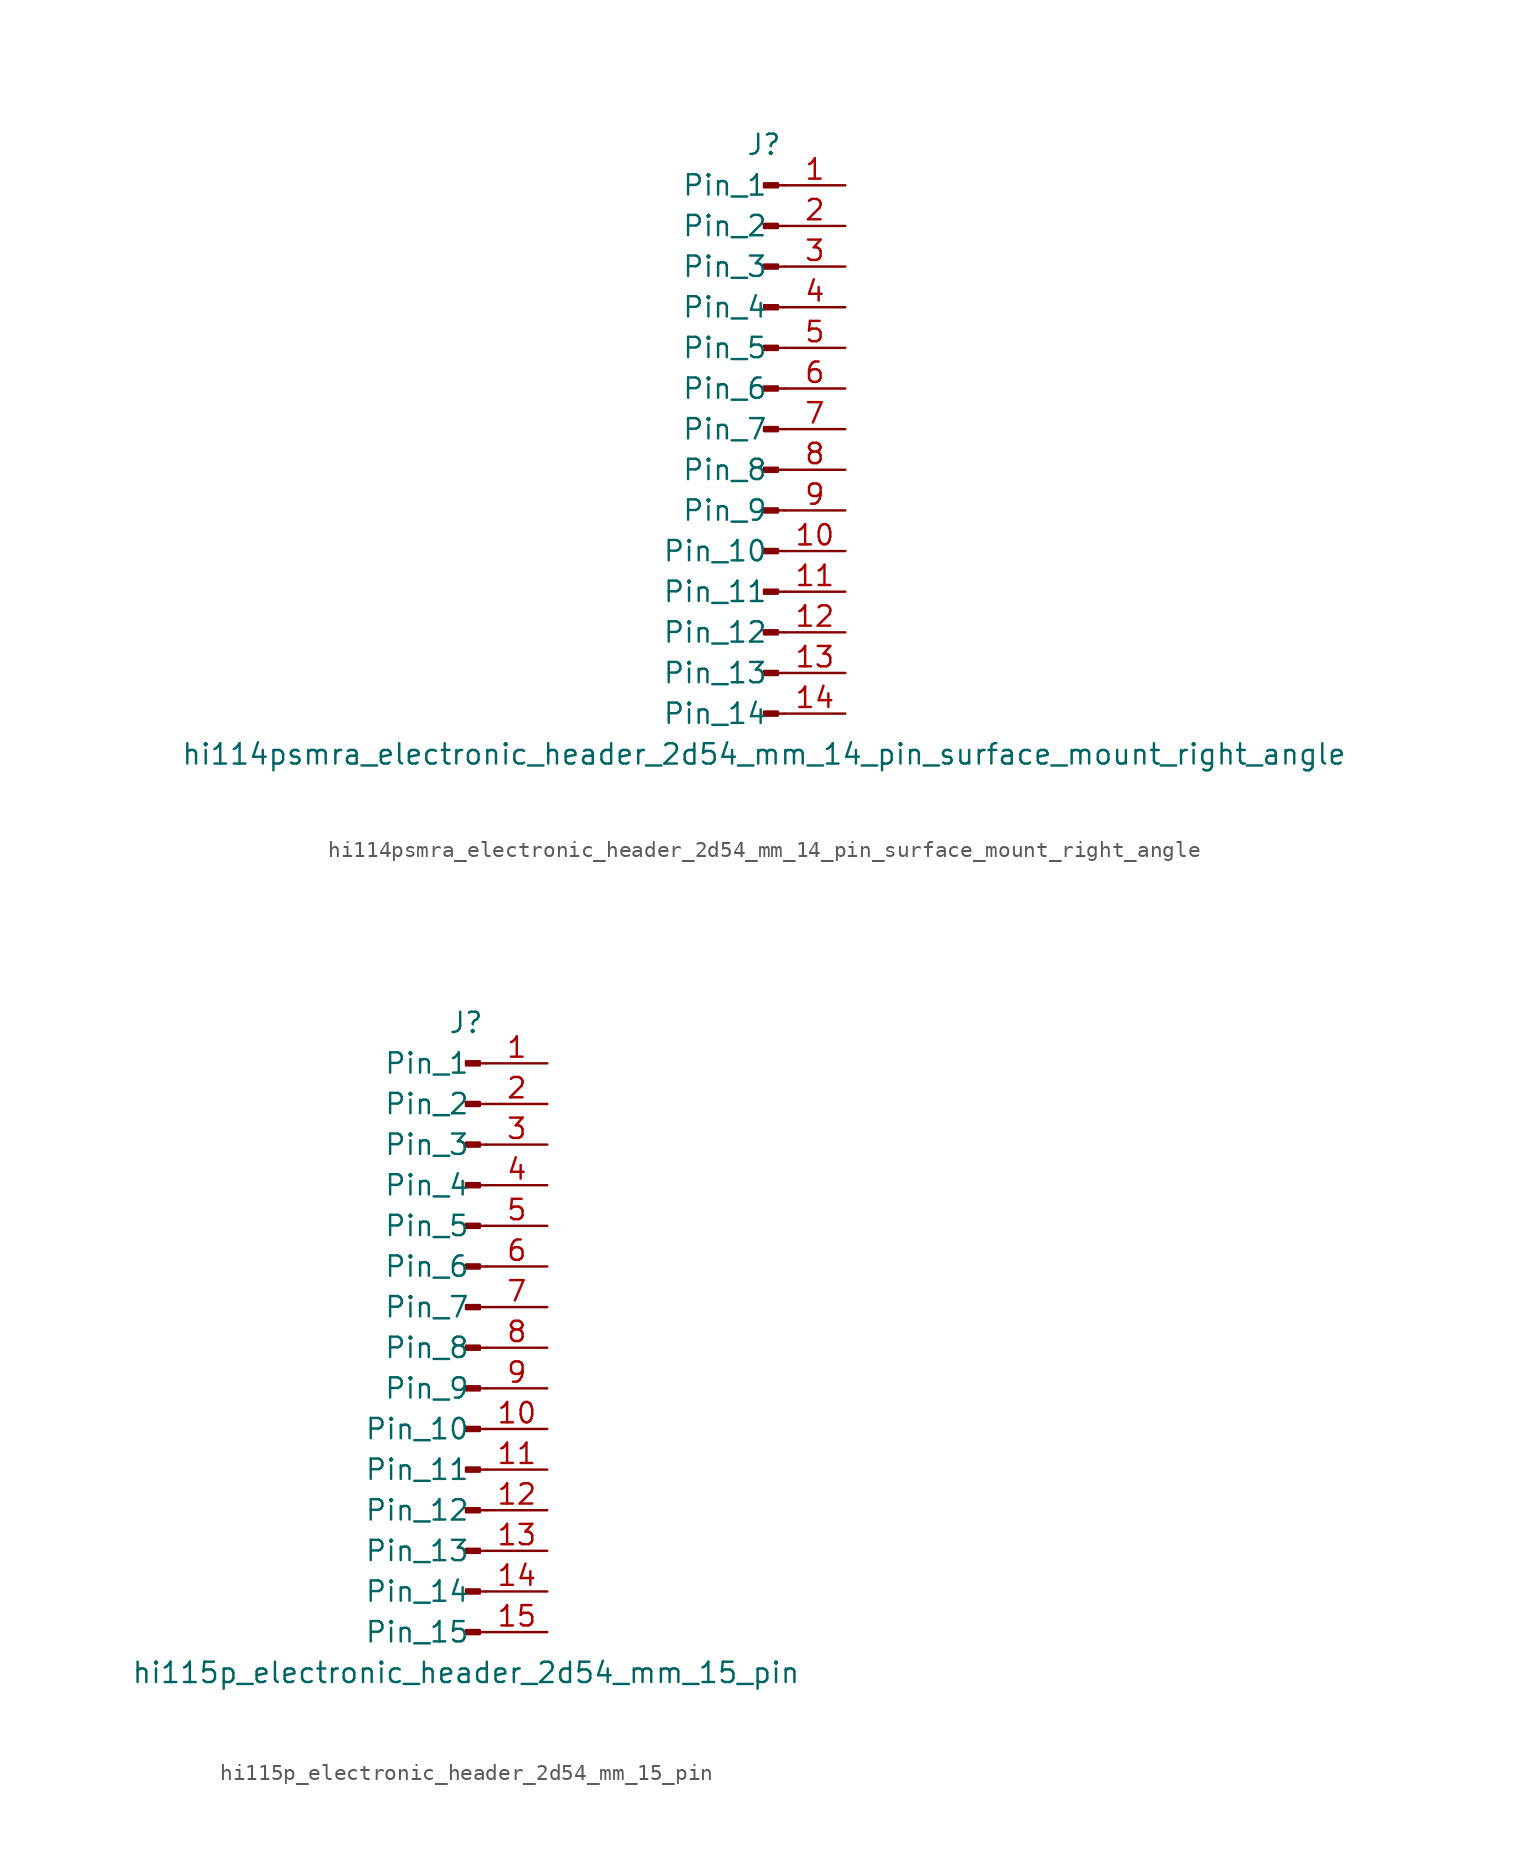
<source format=kicad_sym>
(kicad_symbol_lib
  (version 20220914)
  (generator kicad_symbol_editor)
  (symbol "hi114psmra_electronic_header_2d54_mm_14_pin_surface_mount_right_angle"
    (pin_names
      (offset 1.016))
    (property "Reference" "J"
      (at 0 17.78 0)
      (effects (font (size 1.27 1.27))))
    (property "Value" "hi114psmra_electronic_header_2d54_mm_14_pin_surface_mount_right_angle"
      (at 0 -20.32 0)
      (effects (font (size 1.27 1.27))))
    (property "ki_locked" ""
      (at 0 0 0)
      (effects (font (size 1.27 1.27))))
    (symbol "hi114psmra_electronic_header_2d54_mm_14_pin_surface_mount_right_angle_1_1"
      (polyline (pts (xy 1.27 -17.78) (xy 0.864 -17.78)) (stroke (width 0.152) (type default)) (fill (type none)))
      (polyline (pts (xy 1.27 -15.24) (xy 0.864 -15.24)) (stroke (width 0.152) (type default)) (fill (type none)))
      (polyline (pts (xy 1.27 -12.7) (xy 0.864 -12.7)) (stroke (width 0.152) (type default)) (fill (type none)))
      (polyline (pts (xy 1.27 -10.16) (xy 0.864 -10.16)) (stroke (width 0.152) (type default)) (fill (type none)))
      (polyline (pts (xy 1.27 -7.62) (xy 0.864 -7.62)) (stroke (width 0.152) (type default)) (fill (type none)))
      (polyline (pts (xy 1.27 -5.08) (xy 0.864 -5.08)) (stroke (width 0.152) (type default)) (fill (type none)))
      (polyline (pts (xy 1.27 -2.54) (xy 0.864 -2.54)) (stroke (width 0.152) (type default)) (fill (type none)))
      (polyline (pts (xy 1.27 0) (xy 0.864 0)) (stroke (width 0.152) (type default)) (fill (type none)))
      (polyline (pts (xy 1.27 2.54) (xy 0.864 2.54)) (stroke (width 0.152) (type default)) (fill (type none)))
      (polyline (pts (xy 1.27 5.08) (xy 0.864 5.08)) (stroke (width 0.152) (type default)) (fill (type none)))
      (polyline (pts (xy 1.27 7.62) (xy 0.864 7.62)) (stroke (width 0.152) (type default)) (fill (type none)))
      (polyline (pts (xy 1.27 10.16) (xy 0.864 10.16)) (stroke (width 0.152) (type default)) (fill (type none)))
      (polyline (pts (xy 1.27 12.7) (xy 0.864 12.7)) (stroke (width 0.152) (type default)) (fill (type none)))
      (polyline (pts (xy 1.27 15.24) (xy 0.864 15.24)) (stroke (width 0.152) (type default)) (fill (type none)))
      (rectangle (start 0.864 -17.653) (end 0 -17.907) (stroke (width 0.152) (type default)) (fill (type outline)))
      (rectangle (start 0.864 -15.113) (end 0 -15.367) (stroke (width 0.152) (type default)) (fill (type outline)))
      (rectangle (start 0.864 -12.573) (end 0 -12.827) (stroke (width 0.152) (type default)) (fill (type outline)))
      (rectangle (start 0.864 -10.033) (end 0 -10.287) (stroke (width 0.152) (type default)) (fill (type outline)))
      (rectangle (start 0.864 -7.493) (end 0 -7.747) (stroke (width 0.152) (type default)) (fill (type outline)))
      (rectangle (start 0.864 -4.953) (end 0 -5.207) (stroke (width 0.152) (type default)) (fill (type outline)))
      (rectangle (start 0.864 -2.413) (end 0 -2.667) (stroke (width 0.152) (type default)) (fill (type outline)))
      (rectangle (start 0.864 0.127) (end 0 -0.127) (stroke (width 0.152) (type default)) (fill (type outline)))
      (rectangle (start 0.864 2.667) (end 0 2.413) (stroke (width 0.152) (type default)) (fill (type outline)))
      (rectangle (start 0.864 5.207) (end 0 4.953) (stroke (width 0.152) (type default)) (fill (type outline)))
      (rectangle (start 0.864 7.747) (end 0 7.493) (stroke (width 0.152) (type default)) (fill (type outline)))
      (rectangle (start 0.864 10.287) (end 0 10.033) (stroke (width 0.152) (type default)) (fill (type outline)))
      (rectangle (start 0.864 12.827) (end 0 12.573) (stroke (width 0.152) (type default)) (fill (type outline)))
      (rectangle (start 0.864 15.367) (end 0 15.113) (stroke (width 0.152) (type default)) (fill (type outline)))
      (pin passive line (at 5.08 15.24 180) (length 3.81) (name "Pin_1" (effects (font (size 1.27 1.27)))) (number "1" (effects (font (size 1.27 1.27)))))
      (pin passive line (at 5.08 -7.62 180) (length 3.81) (name "Pin_10" (effects (font (size 1.27 1.27)))) (number "10" (effects (font (size 1.27 1.27)))))
      (pin passive line (at 5.08 -10.16 180) (length 3.81) (name "Pin_11" (effects (font (size 1.27 1.27)))) (number "11" (effects (font (size 1.27 1.27)))))
      (pin passive line (at 5.08 -12.7 180) (length 3.81) (name "Pin_12" (effects (font (size 1.27 1.27)))) (number "12" (effects (font (size 1.27 1.27)))))
      (pin passive line (at 5.08 -15.24 180) (length 3.81) (name "Pin_13" (effects (font (size 1.27 1.27)))) (number "13" (effects (font (size 1.27 1.27)))))
      (pin passive line (at 5.08 -17.78 180) (length 3.81) (name "Pin_14" (effects (font (size 1.27 1.27)))) (number "14" (effects (font (size 1.27 1.27)))))
      (pin passive line (at 5.08 12.7 180) (length 3.81) (name "Pin_2" (effects (font (size 1.27 1.27)))) (number "2" (effects (font (size 1.27 1.27)))))
      (pin passive line (at 5.08 10.16 180) (length 3.81) (name "Pin_3" (effects (font (size 1.27 1.27)))) (number "3" (effects (font (size 1.27 1.27)))))
      (pin passive line (at 5.08 7.62 180) (length 3.81) (name "Pin_4" (effects (font (size 1.27 1.27)))) (number "4" (effects (font (size 1.27 1.27)))))
      (pin passive line (at 5.08 5.08 180) (length 3.81) (name "Pin_5" (effects (font (size 1.27 1.27)))) (number "5" (effects (font (size 1.27 1.27)))))
      (pin passive line (at 5.08 2.54 180) (length 3.81) (name "Pin_6" (effects (font (size 1.27 1.27)))) (number "6" (effects (font (size 1.27 1.27)))))
      (pin passive line (at 5.08 0 180) (length 3.81) (name "Pin_7" (effects (font (size 1.27 1.27)))) (number "7" (effects (font (size 1.27 1.27)))))
      (pin passive line (at 5.08 -2.54 180) (length 3.81) (name "Pin_8" (effects (font (size 1.27 1.27)))) (number "8" (effects (font (size 1.27 1.27)))))
      (pin passive line (at 5.08 -5.08 180) (length 3.81) (name "Pin_9" (effects (font (size 1.27 1.27)))) (number "9" (effects (font (size 1.27 1.27)))))))
  (symbol "hi115p_electronic_header_2d54_mm_15_pin"
    (pin_names
      (offset 1.016))
    (property "Reference" "J"
      (at 0 20.32 0)
      (effects (font (size 1.27 1.27))))
    (property "Value" "hi115p_electronic_header_2d54_mm_15_pin"
      (at 0 -20.32 0)
      (effects (font (size 1.27 1.27))))
    (property "ki_locked" ""
      (at 0 0 0)
      (effects (font (size 1.27 1.27))))
    (symbol "hi115p_electronic_header_2d54_mm_15_pin_1_1"
      (polyline (pts (xy 1.27 -17.78) (xy 0.864 -17.78)) (stroke (width 0.152) (type default)) (fill (type none)))
      (polyline (pts (xy 1.27 -15.24) (xy 0.864 -15.24)) (stroke (width 0.152) (type default)) (fill (type none)))
      (polyline (pts (xy 1.27 -12.7) (xy 0.864 -12.7)) (stroke (width 0.152) (type default)) (fill (type none)))
      (polyline (pts (xy 1.27 -10.16) (xy 0.864 -10.16)) (stroke (width 0.152) (type default)) (fill (type none)))
      (polyline (pts (xy 1.27 -7.62) (xy 0.864 -7.62)) (stroke (width 0.152) (type default)) (fill (type none)))
      (polyline (pts (xy 1.27 -5.08) (xy 0.864 -5.08)) (stroke (width 0.152) (type default)) (fill (type none)))
      (polyline (pts (xy 1.27 -2.54) (xy 0.864 -2.54)) (stroke (width 0.152) (type default)) (fill (type none)))
      (polyline (pts (xy 1.27 0) (xy 0.864 0)) (stroke (width 0.152) (type default)) (fill (type none)))
      (polyline (pts (xy 1.27 2.54) (xy 0.864 2.54)) (stroke (width 0.152) (type default)) (fill (type none)))
      (polyline (pts (xy 1.27 5.08) (xy 0.864 5.08)) (stroke (width 0.152) (type default)) (fill (type none)))
      (polyline (pts (xy 1.27 7.62) (xy 0.864 7.62)) (stroke (width 0.152) (type default)) (fill (type none)))
      (polyline (pts (xy 1.27 10.16) (xy 0.864 10.16)) (stroke (width 0.152) (type default)) (fill (type none)))
      (polyline (pts (xy 1.27 12.7) (xy 0.864 12.7)) (stroke (width 0.152) (type default)) (fill (type none)))
      (polyline (pts (xy 1.27 15.24) (xy 0.864 15.24)) (stroke (width 0.152) (type default)) (fill (type none)))
      (polyline (pts (xy 1.27 17.78) (xy 0.864 17.78)) (stroke (width 0.152) (type default)) (fill (type none)))
      (rectangle (start 0.864 -17.653) (end 0 -17.907) (stroke (width 0.152) (type default)) (fill (type outline)))
      (rectangle (start 0.864 -15.113) (end 0 -15.367) (stroke (width 0.152) (type default)) (fill (type outline)))
      (rectangle (start 0.864 -12.573) (end 0 -12.827) (stroke (width 0.152) (type default)) (fill (type outline)))
      (rectangle (start 0.864 -10.033) (end 0 -10.287) (stroke (width 0.152) (type default)) (fill (type outline)))
      (rectangle (start 0.864 -7.493) (end 0 -7.747) (stroke (width 0.152) (type default)) (fill (type outline)))
      (rectangle (start 0.864 -4.953) (end 0 -5.207) (stroke (width 0.152) (type default)) (fill (type outline)))
      (rectangle (start 0.864 -2.413) (end 0 -2.667) (stroke (width 0.152) (type default)) (fill (type outline)))
      (rectangle (start 0.864 0.127) (end 0 -0.127) (stroke (width 0.152) (type default)) (fill (type outline)))
      (rectangle (start 0.864 2.667) (end 0 2.413) (stroke (width 0.152) (type default)) (fill (type outline)))
      (rectangle (start 0.864 5.207) (end 0 4.953) (stroke (width 0.152) (type default)) (fill (type outline)))
      (rectangle (start 0.864 7.747) (end 0 7.493) (stroke (width 0.152) (type default)) (fill (type outline)))
      (rectangle (start 0.864 10.287) (end 0 10.033) (stroke (width 0.152) (type default)) (fill (type outline)))
      (rectangle (start 0.864 12.827) (end 0 12.573) (stroke (width 0.152) (type default)) (fill (type outline)))
      (rectangle (start 0.864 15.367) (end 0 15.113) (stroke (width 0.152) (type default)) (fill (type outline)))
      (rectangle (start 0.864 17.907) (end 0 17.653) (stroke (width 0.152) (type default)) (fill (type outline)))
      (pin passive line (at 5.08 17.78 180) (length 3.81) (name "Pin_1" (effects (font (size 1.27 1.27)))) (number "1" (effects (font (size 1.27 1.27)))))
      (pin passive line (at 5.08 -5.08 180) (length 3.81) (name "Pin_10" (effects (font (size 1.27 1.27)))) (number "10" (effects (font (size 1.27 1.27)))))
      (pin passive line (at 5.08 -7.62 180) (length 3.81) (name "Pin_11" (effects (font (size 1.27 1.27)))) (number "11" (effects (font (size 1.27 1.27)))))
      (pin passive line (at 5.08 -10.16 180) (length 3.81) (name "Pin_12" (effects (font (size 1.27 1.27)))) (number "12" (effects (font (size 1.27 1.27)))))
      (pin passive line (at 5.08 -12.7 180) (length 3.81) (name "Pin_13" (effects (font (size 1.27 1.27)))) (number "13" (effects (font (size 1.27 1.27)))))
      (pin passive line (at 5.08 -15.24 180) (length 3.81) (name "Pin_14" (effects (font (size 1.27 1.27)))) (number "14" (effects (font (size 1.27 1.27)))))
      (pin passive line (at 5.08 -17.78 180) (length 3.81) (name "Pin_15" (effects (font (size 1.27 1.27)))) (number "15" (effects (font (size 1.27 1.27)))))
      (pin passive line (at 5.08 15.24 180) (length 3.81) (name "Pin_2" (effects (font (size 1.27 1.27)))) (number "2" (effects (font (size 1.27 1.27)))))
      (pin passive line (at 5.08 12.7 180) (length 3.81) (name "Pin_3" (effects (font (size 1.27 1.27)))) (number "3" (effects (font (size 1.27 1.27)))))
      (pin passive line (at 5.08 10.16 180) (length 3.81) (name "Pin_4" (effects (font (size 1.27 1.27)))) (number "4" (effects (font (size 1.27 1.27)))))
      (pin passive line (at 5.08 7.62 180) (length 3.81) (name "Pin_5" (effects (font (size 1.27 1.27)))) (number "5" (effects (font (size 1.27 1.27)))))
      (pin passive line (at 5.08 5.08 180) (length 3.81) (name "Pin_6" (effects (font (size 1.27 1.27)))) (number "6" (effects (font (size 1.27 1.27)))))
      (pin passive line (at 5.08 2.54 180) (length 3.81) (name "Pin_7" (effects (font (size 1.27 1.27)))) (number "7" (effects (font (size 1.27 1.27)))))
      (pin passive line (at 5.08 0 180) (length 3.81) (name "Pin_8" (effects (font (size 1.27 1.27)))) (number "8" (effects (font (size 1.27 1.27)))))
      (pin passive line (at 5.08 -2.54 180) (length 3.81) (name "Pin_9" (effects (font (size 1.27 1.27)))) (number "9" (effects (font (size 1.27 1.27))))))))
</source>
